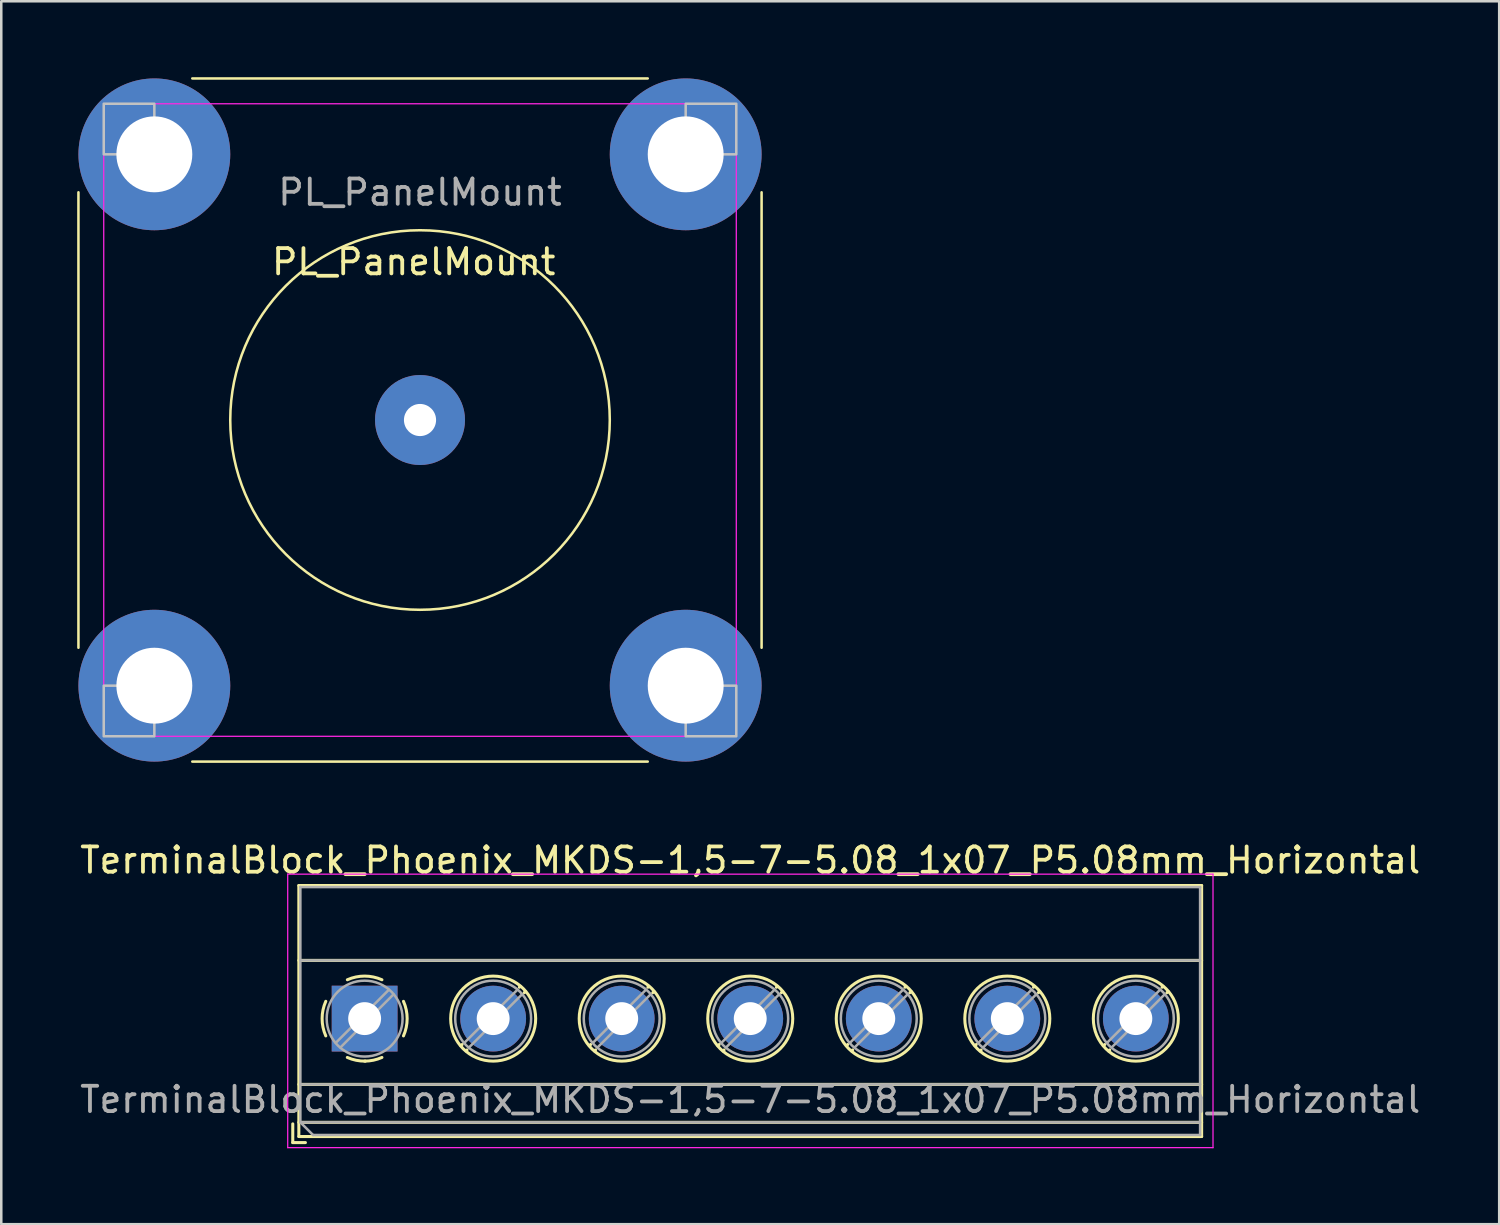
<source format=kicad_pcb>
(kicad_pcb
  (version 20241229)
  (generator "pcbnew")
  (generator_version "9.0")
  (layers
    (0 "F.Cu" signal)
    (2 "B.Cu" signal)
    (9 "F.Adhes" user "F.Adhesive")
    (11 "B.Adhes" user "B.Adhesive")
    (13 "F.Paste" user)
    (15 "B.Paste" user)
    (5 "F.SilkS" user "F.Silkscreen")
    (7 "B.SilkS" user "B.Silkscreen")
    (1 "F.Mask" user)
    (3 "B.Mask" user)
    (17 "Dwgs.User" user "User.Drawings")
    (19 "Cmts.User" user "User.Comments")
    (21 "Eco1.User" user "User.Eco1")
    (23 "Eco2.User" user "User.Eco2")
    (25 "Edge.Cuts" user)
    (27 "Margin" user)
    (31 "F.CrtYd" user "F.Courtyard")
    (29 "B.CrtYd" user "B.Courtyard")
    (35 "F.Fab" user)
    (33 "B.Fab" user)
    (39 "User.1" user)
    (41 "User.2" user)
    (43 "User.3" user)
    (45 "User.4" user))
  (footprint "TerminalBlock_Phoenix_MKDS-1,5-7-5.08_1x07_P5.08mm_Horizontal"
    (layer "F.Cu")
    (at 11.361 37.208)
    (property "Reference" "TerminalBlock_Phoenix_MKDS-1,5-7-5.08_1x07_P5.08mm_Horizontal" (at 15.24 -6.26 180) (layer "F.SilkS") (effects (font (size 1 1) (thickness 0.15))))
    (attr through_hole)
    (fp_line (start -2.84 4.16) (end -2.84 4.9) (stroke (width 0.12) (type solid)) (layer "F.SilkS"))
    (fp_line (start -2.84 4.9) (end -2.34 4.9) (stroke (width 0.12) (type solid)) (layer "F.SilkS"))
    (fp_line (start -2.6 -5.261) (end -2.6 4.66) (stroke (width 0.12) (type solid)) (layer "F.SilkS"))
    (fp_line (start -2.6 -5.261) (end 33.08 -5.261) (stroke (width 0.12) (type solid)) (layer "F.SilkS"))
    (fp_line (start -2.6 -2.301) (end 33.08 -2.301) (stroke (width 0.12) (type solid)) (layer "F.SilkS"))
    (fp_line (start -2.6 2.6) (end 33.08 2.6) (stroke (width 0.12) (type solid)) (layer "F.SilkS"))
    (fp_line (start -2.6 4.1) (end 33.08 4.1) (stroke (width 0.12) (type solid)) (layer "F.SilkS"))
    (fp_line (start -2.6 4.66) (end 33.08 4.66) (stroke (width 0.12) (type solid)) (layer "F.SilkS"))
    (fp_line (start 3.853 1.023) (end 3.806 1.069) (stroke (width 0.12) (type solid)) (layer "F.SilkS"))
    (fp_line (start 4.046 1.239) (end 4.011 1.274) (stroke (width 0.12) (type solid)) (layer "F.SilkS"))
    (fp_line (start 6.15 -1.275) (end 6.115 -1.239) (stroke (width 0.12) (type solid)) (layer "F.SilkS"))
    (fp_line (start 6.355 -1.069) (end 6.308 -1.023) (stroke (width 0.12) (type solid)) (layer "F.SilkS"))
    (fp_line (start 8.933 1.023) (end 8.886 1.069) (stroke (width 0.12) (type solid)) (layer "F.SilkS"))
    (fp_line (start 9.126 1.239) (end 9.091 1.274) (stroke (width 0.12) (type solid)) (layer "F.SilkS"))
    (fp_line (start 11.23 -1.275) (end 11.195 -1.239) (stroke (width 0.12) (type solid)) (layer "F.SilkS"))
    (fp_line (start 11.435 -1.069) (end 11.388 -1.023) (stroke (width 0.12) (type solid)) (layer "F.SilkS"))
    (fp_line (start 14.013 1.023) (end 13.966 1.069) (stroke (width 0.12) (type solid)) (layer "F.SilkS"))
    (fp_line (start 14.206 1.239) (end 14.171 1.274) (stroke (width 0.12) (type solid)) (layer "F.SilkS"))
    (fp_line (start 16.31 -1.275) (end 16.275 -1.239) (stroke (width 0.12) (type solid)) (layer "F.SilkS"))
    (fp_line (start 16.515 -1.069) (end 16.468 -1.023) (stroke (width 0.12) (type solid)) (layer "F.SilkS"))
    (fp_line (start 19.093 1.023) (end 19.046 1.069) (stroke (width 0.12) (type solid)) (layer "F.SilkS"))
    (fp_line (start 19.286 1.239) (end 19.251 1.274) (stroke (width 0.12) (type solid)) (layer "F.SilkS"))
    (fp_line (start 21.39 -1.275) (end 21.355 -1.239) (stroke (width 0.12) (type solid)) (layer "F.SilkS"))
    (fp_line (start 21.595 -1.069) (end 21.548 -1.023) (stroke (width 0.12) (type solid)) (layer "F.SilkS"))
    (fp_line (start 24.173 1.023) (end 24.126 1.069) (stroke (width 0.12) (type solid)) (layer "F.SilkS"))
    (fp_line (start 24.366 1.239) (end 24.331 1.274) (stroke (width 0.12) (type solid)) (layer "F.SilkS"))
    (fp_line (start 26.47 -1.275) (end 26.435 -1.239) (stroke (width 0.12) (type solid)) (layer "F.SilkS"))
    (fp_line (start 26.675 -1.069) (end 26.628 -1.023) (stroke (width 0.12) (type solid)) (layer "F.SilkS"))
    (fp_line (start 29.253 1.023) (end 29.206 1.069) (stroke (width 0.12) (type solid)) (layer "F.SilkS"))
    (fp_line (start 29.446 1.239) (end 29.411 1.274) (stroke (width 0.12) (type solid)) (layer "F.SilkS"))
    (fp_line (start 31.55 -1.275) (end 31.515 -1.239) (stroke (width 0.12) (type solid)) (layer "F.SilkS"))
    (fp_line (start 31.755 -1.069) (end 31.708 -1.023) (stroke (width 0.12) (type solid)) (layer "F.SilkS"))
    (fp_line (start 33.08 -5.261) (end 33.08 4.66) (stroke (width 0.12) (type solid)) (layer "F.SilkS"))
    (fp_arc (start -1.535427 0.683042) (mid -1.680501 -0.000524) (end -1.535 -0.684) (stroke (width 0.12) (type solid)) (layer "F.SilkS"))
    (fp_arc (start -0.683042 -1.535427) (mid 0.000524 -1.680501) (end 0.684 -1.535) (stroke (width 0.12) (type solid)) (layer "F.SilkS"))
    (fp_arc (start 0.028805 1.680253) (mid -0.335551 1.646659) (end -0.684 1.535) (stroke (width 0.12) (type solid)) (layer "F.SilkS"))
    (fp_arc (start 0.683318 1.534756) (mid 0.349292 1.643288) (end 0 1.68) (stroke (width 0.12) (type solid)) (layer "F.SilkS"))
    (fp_arc (start 1.535427 -0.683042) (mid 1.680501 0.000524) (end 1.535 0.684) (stroke (width 0.12) (type solid)) (layer "F.SilkS"))
    (fp_circle (center 5.08 0) (end 6.76 0) (stroke (width 0.12) (type solid)) (fill no) (layer "F.SilkS"))
    (fp_circle (center 10.16 0) (end 11.84 0) (stroke (width 0.12) (type solid)) (fill no) (layer "F.SilkS"))
    (fp_circle (center 15.24 0) (end 16.92 0) (stroke (width 0.12) (type solid)) (fill no) (layer "F.SilkS"))
    (fp_circle (center 20.32 0) (end 22 0) (stroke (width 0.12) (type solid)) (fill no) (layer "F.SilkS"))
    (fp_circle (center 25.4 0) (end 27.08 0) (stroke (width 0.12) (type solid)) (fill no) (layer "F.SilkS"))
    (fp_circle (center 30.48 0) (end 32.16 0) (stroke (width 0.12) (type solid)) (fill no) (layer "F.SilkS"))
    (fp_line (start -3.04 -5.71) (end -3.04 5.1) (stroke (width 0.05) (type solid)) (layer "F.CrtYd"))
    (fp_line (start -3.04 5.1) (end 33.53 5.1) (stroke (width 0.05) (type solid)) (layer "F.CrtYd"))
    (fp_line (start 33.53 -5.71) (end -3.04 -5.71) (stroke (width 0.05) (type solid)) (layer "F.CrtYd"))
    (fp_line (start 33.53 5.1) (end 33.53 -5.71) (stroke (width 0.05) (type solid)) (layer "F.CrtYd"))
    (fp_line (start -2.54 -5.2) (end 33.02 -5.2) (stroke (width 0.1) (type solid)) (layer "F.Fab"))
    (fp_line (start -2.54 -2.3) (end 33.02 -2.3) (stroke (width 0.1) (type solid)) (layer "F.Fab"))
    (fp_line (start -2.54 2.6) (end 33.02 2.6) (stroke (width 0.1) (type solid)) (layer "F.Fab"))
    (fp_line (start -2.54 4.1) (end -2.54 -5.2) (stroke (width 0.1) (type solid)) (layer "F.Fab"))
    (fp_line (start -2.54 4.1) (end 33.02 4.1) (stroke (width 0.1) (type solid)) (layer "F.Fab"))
    (fp_line (start -2.04 4.6) (end -2.54 4.1) (stroke (width 0.1) (type solid)) (layer "F.Fab"))
    (fp_line (start 0.955 -1.138) (end -1.138 0.955) (stroke (width 0.1) (type solid)) (layer "F.Fab"))
    (fp_line (start 1.138 -0.955) (end -0.955 1.138) (stroke (width 0.1) (type solid)) (layer "F.Fab"))
    (fp_line (start 6.035 -1.138) (end 3.943 0.955) (stroke (width 0.1) (type solid)) (layer "F.Fab"))
    (fp_line (start 6.218 -0.955) (end 4.126 1.138) (stroke (width 0.1) (type solid)) (layer "F.Fab"))
    (fp_line (start 11.115 -1.138) (end 9.023 0.955) (stroke (width 0.1) (type solid)) (layer "F.Fab"))
    (fp_line (start 11.298 -0.955) (end 9.206 1.138) (stroke (width 0.1) (type solid)) (layer "F.Fab"))
    (fp_line (start 16.195 -1.138) (end 14.103 0.955) (stroke (width 0.1) (type solid)) (layer "F.Fab"))
    (fp_line (start 16.378 -0.955) (end 14.286 1.138) (stroke (width 0.1) (type solid)) (layer "F.Fab"))
    (fp_line (start 21.275 -1.138) (end 19.183 0.955) (stroke (width 0.1) (type solid)) (layer "F.Fab"))
    (fp_line (start 21.458 -0.955) (end 19.366 1.138) (stroke (width 0.1) (type solid)) (layer "F.Fab"))
    (fp_line (start 26.355 -1.138) (end 24.263 0.955) (stroke (width 0.1) (type solid)) (layer "F.Fab"))
    (fp_line (start 26.538 -0.955) (end 24.446 1.138) (stroke (width 0.1) (type solid)) (layer "F.Fab"))
    (fp_line (start 31.435 -1.138) (end 29.343 0.955) (stroke (width 0.1) (type solid)) (layer "F.Fab"))
    (fp_line (start 31.618 -0.955) (end 29.526 1.138) (stroke (width 0.1) (type solid)) (layer "F.Fab"))
    (fp_line (start 33.02 -5.2) (end 33.02 4.6) (stroke (width 0.1) (type solid)) (layer "F.Fab"))
    (fp_line (start 33.02 4.6) (end -2.04 4.6) (stroke (width 0.1) (type solid)) (layer "F.Fab"))
    (fp_circle (center 0 0) (end 1.5 0) (stroke (width 0.1) (type solid)) (fill no) (layer "F.Fab"))
    (fp_circle (center 5.08 0) (end 6.58 0) (stroke (width 0.1) (type solid)) (fill no) (layer "F.Fab"))
    (fp_circle (center 10.16 0) (end 11.66 0) (stroke (width 0.1) (type solid)) (fill no) (layer "F.Fab"))
    (fp_circle (center 15.24 0) (end 16.74 0) (stroke (width 0.1) (type solid)) (fill no) (layer "F.Fab"))
    (fp_circle (center 20.32 0) (end 21.82 0) (stroke (width 0.1) (type solid)) (fill no) (layer "F.Fab"))
    (fp_circle (center 25.4 0) (end 26.9 0) (stroke (width 0.1) (type solid)) (fill no) (layer "F.Fab"))
    (fp_circle (center 30.48 0) (end 31.98 0) (stroke (width 0.1) (type solid)) (fill no) (layer "F.Fab"))
    (fp_text user "${REFERENCE}" (at 15.24 3.2 180) (layer "F.Fab") (effects (font (size 1 1) (thickness 0.15))))
    (pad "1" thru_hole rect (at 0 0) (size 2.6 2.6) (drill 1.3) (layers "*.Cu" "*.Mask"))
    (pad "2" thru_hole circle (at 5.08 0) (size 2.6 2.6) (drill 1.3) (layers "*.Cu" "*.Mask"))
    (pad "3" thru_hole circle (at 10.16 0) (size 2.6 2.6) (drill 1.3) (layers "*.Cu" "*.Mask"))
    (pad "4" thru_hole circle (at 15.24 0) (size 2.6 2.6) (drill 1.3) (layers "*.Cu" "*.Mask"))
    (pad "5" thru_hole circle (at 20.32 0) (size 2.6 2.6) (drill 1.3) (layers "*.Cu" "*.Mask"))
    (pad "6" thru_hole circle (at 25.4 0) (size 2.6 2.6) (drill 1.3) (layers "*.Cu" "*.Mask"))
    (pad "7" thru_hole circle (at 30.48 0) (size 2.6 2.6) (drill 1.3) (layers "*.Cu" "*.Mask")))
  (footprint "PL_PanelMount"
    (layer "F.Cu")
    (at 13.55 13.55)
    (property "Reference" "PL_PanelMount" (at -0.25 -6.25 0) (layer "F.SilkS") (effects (font (size 1 1) (thickness 0.15))))
    (attr through_hole)
    (fp_line (start -13.5 -9) (end -13.5 9) (stroke (width 0.1) (type default)) (layer "F.SilkS"))
    (fp_line (start -9 -13.5) (end 9 -13.5) (stroke (width 0.1) (type default)) (layer "F.SilkS"))
    (fp_line (start -9 13.5) (end 9 13.5) (stroke (width 0.1) (type default)) (layer "F.SilkS"))
    (fp_line (start 13.5 -9) (end 13.5 9) (stroke (width 0.1) (type default)) (layer "F.SilkS"))
    (fp_circle (center 0 0) (end 7.5 0) (stroke (width 0.1) (type default)) (fill no) (layer "F.SilkS"))
    (fp_rect (start -12.5 10.5) (end -10.5 12.5) (stroke (width 0.1) (type default)) (fill no) (layer "Dwgs.User"))
    (fp_rect (start -10.5 -12.5) (end -12.5 -10.5) (stroke (width 0.1) (type default)) (fill no) (layer "Dwgs.User"))
    (fp_rect (start 12.5 -12.5) (end 10.5 -10.5) (stroke (width 0.1) (type default)) (fill no) (layer "Dwgs.User"))
    (fp_rect (start 12.5 12.5) (end 10.5 10.5) (stroke (width 0.1) (type default)) (fill no) (layer "Dwgs.User"))
    (fp_rect (start -12.5 -12.5) (end 12.5 12.5) (stroke (width 0.05) (type default)) (fill no) (layer "F.CrtYd"))
    (fp_text user "${REFERENCE}" (at 0 -9 0) (layer "F.Fab") (effects (font (size 1 1) (thickness 0.15))))
    (pad "1" thru_hole circle (at 0 0) (size 3.556 3.556) (drill 1.27) (layers "*.Cu" "*.Mask"))
    (pad "2" thru_hole circle (at -10.5 -10.5) (size 6 6) (drill 3) (layers "*.Cu" "*.Mask"))
    (pad "2" thru_hole circle (at -10.5 10.5) (size 6 6) (drill 3) (layers "*.Cu" "*.Mask"))
    (pad "2" thru_hole circle (at 10.5 -10.5) (size 6 6) (drill 3) (layers "*.Cu" "*.Mask"))
    (pad "2" thru_hole circle (at 10.5 10.5) (size 6 6) (drill 3) (layers "*.Cu" "*.Mask")))
  (gr_rect
    (start -3 -3)
    (end 56.202 45.333)
    (stroke (width 0.1) (type default))
    (fill no)
    (layer "Edge.Cuts")))
</source>
